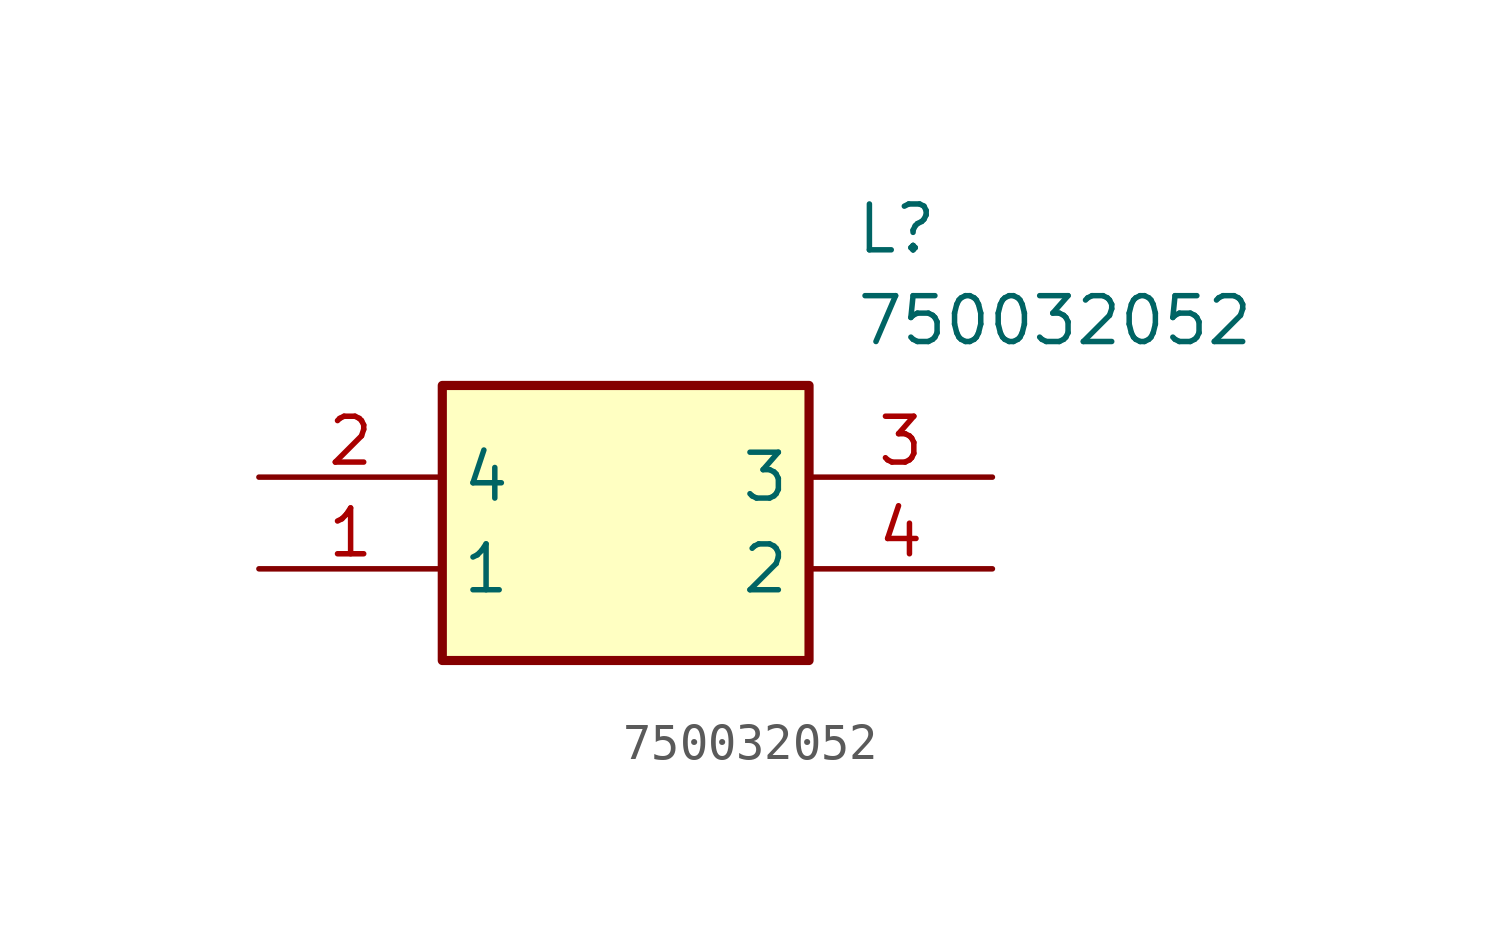
<source format=kicad_sym>
(kicad_symbol_lib
  (version 20211014)
  (generator SamacSys_ECAD_Model)
  (symbol "750032052"
    (property "Reference" "L"
      (at 16.51 7.62 0)
      (effects (font (size 1.27 1.27)) (justify left top)))
    (property "Value" "750032052"
      (at 16.51 5.08 0)
      (effects (font (size 1.27 1.27)) (justify left top)))
    (rectangle
      (start 5.08 2.54)
      (end 15.24 -5.08)
      (stroke (width 0.254) (type default))
      (fill (type background)))
    (pin passive line
      (at 0 -2.54 0)
      (length 5.08)
      (name "1" (effects (font (size 1.27 1.27))))
      (number "1" (effects (font (size 1.27 1.27)))))
    (pin passive line
      (at 0 0 0)
      (length 5.08)
      (name "4" (effects (font (size 1.27 1.27))))
      (number "2" (effects (font (size 1.27 1.27)))))
    (pin passive line
      (at 20.32 0 180)
      (length 5.08)
      (name "3" (effects (font (size 1.27 1.27))))
      (number "3" (effects (font (size 1.27 1.27)))))
    (pin passive line
      (at 20.32 -2.54 180)
      (length 5.08)
      (name "2" (effects (font (size 1.27 1.27))))
      (number "4" (effects (font (size 1.27 1.27)))))))
</source>
